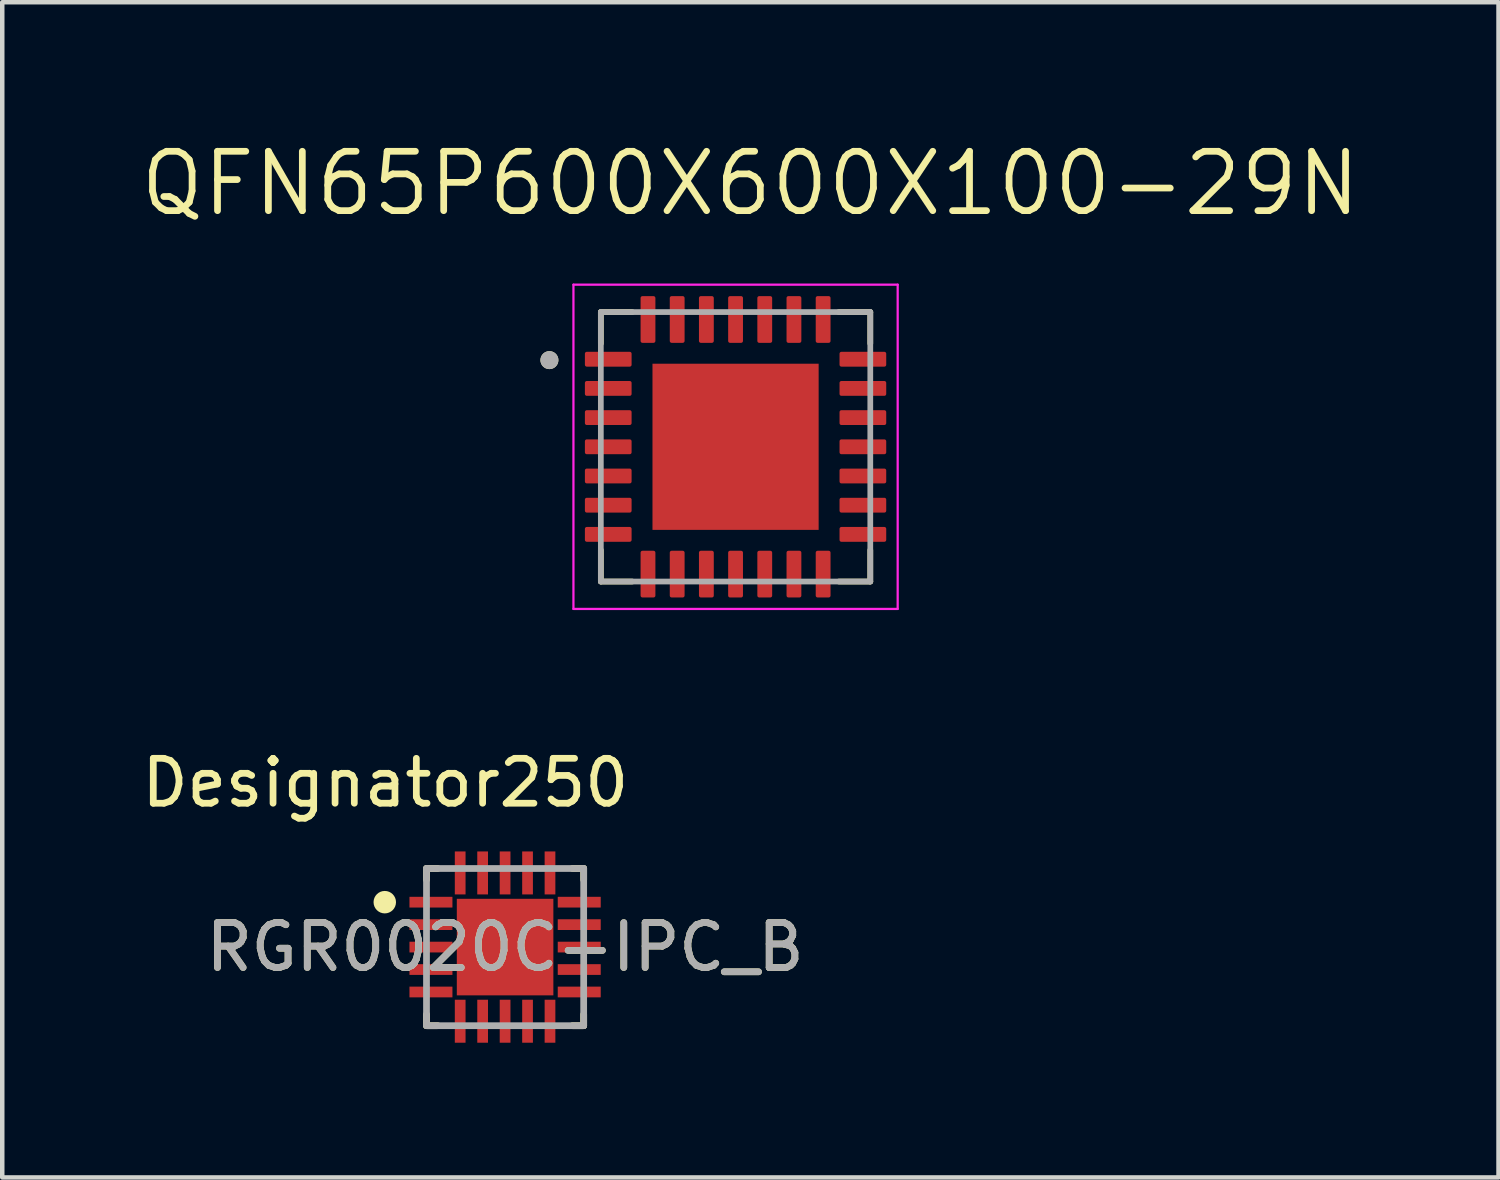
<source format=kicad_pcb>
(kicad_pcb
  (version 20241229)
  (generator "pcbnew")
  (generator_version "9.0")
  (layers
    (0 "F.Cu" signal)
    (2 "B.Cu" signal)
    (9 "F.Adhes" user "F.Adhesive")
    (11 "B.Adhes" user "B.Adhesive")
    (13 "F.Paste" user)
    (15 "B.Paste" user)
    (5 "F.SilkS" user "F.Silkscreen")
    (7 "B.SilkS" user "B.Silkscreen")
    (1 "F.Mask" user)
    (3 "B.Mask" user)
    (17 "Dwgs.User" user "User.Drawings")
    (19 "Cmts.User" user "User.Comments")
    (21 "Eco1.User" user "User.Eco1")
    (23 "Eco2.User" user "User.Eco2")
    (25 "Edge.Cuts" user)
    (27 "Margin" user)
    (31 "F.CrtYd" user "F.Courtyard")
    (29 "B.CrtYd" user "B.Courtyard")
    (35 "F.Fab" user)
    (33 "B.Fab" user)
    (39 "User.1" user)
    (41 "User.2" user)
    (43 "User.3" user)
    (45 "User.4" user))
  (footprint "QFN65P600X600X100-29N"
    (layer "F.Cu")
    (at 13.329 6.899)
    (property "Reference" "QFN65P600X600X100-29N" (at 0.331 -5.862 0) (layer "F.SilkS") (effects (font (size 1.322 1.322) (thickness 0.15))))
    (attr smd)
    (fp_line (start -3 -3) (end -3 -2.3) (stroke (width 0.127) (type solid)) (layer "F.SilkS"))
    (fp_line (start -3 3) (end -3 2.3) (stroke (width 0.127) (type solid)) (layer "F.SilkS"))
    (fp_line (start -2.3 -3) (end -3 -3) (stroke (width 0.127) (type solid)) (layer "F.SilkS"))
    (fp_line (start -2.3 3) (end -3 3) (stroke (width 0.127) (type solid)) (layer "F.SilkS"))
    (fp_line (start 2.3 -3) (end 3 -3) (stroke (width 0.127) (type solid)) (layer "F.SilkS"))
    (fp_line (start 2.3 3) (end 3 3) (stroke (width 0.127) (type solid)) (layer "F.SilkS"))
    (fp_line (start 3 -3) (end 3 -2.3) (stroke (width 0.127) (type solid)) (layer "F.SilkS"))
    (fp_line (start 3 3) (end 3 2.3) (stroke (width 0.127) (type solid)) (layer "F.SilkS"))
    (fp_circle (center -4.145 -1.93) (end -4.045 -1.93) (stroke (width 0.2) (type solid)) (fill no) (layer "F.SilkS"))
    (fp_poly (pts (xy -1.173 -1.17) (xy 1.17 -1.17) (xy 1.17 1.173) (xy -1.173 1.173)) (stroke (width 0.01) (type solid)) (fill yes) (layer "F.Paste"))
    (fp_line (start -3.61 -3.61) (end 3.61 -3.61) (stroke (width 0.05) (type solid)) (layer "F.CrtYd"))
    (fp_line (start -3.61 3.61) (end -3.61 -3.61) (stroke (width 0.05) (type solid)) (layer "F.CrtYd"))
    (fp_line (start -3.61 3.61) (end 3.61 3.61) (stroke (width 0.05) (type solid)) (layer "F.CrtYd"))
    (fp_line (start 3.61 3.61) (end 3.61 -3.61) (stroke (width 0.05) (type solid)) (layer "F.CrtYd"))
    (fp_line (start -3 3) (end -3 -3) (stroke (width 0.127) (type solid)) (layer "F.Fab"))
    (fp_line (start 3 -3) (end -3 -3) (stroke (width 0.127) (type solid)) (layer "F.Fab"))
    (fp_line (start 3 3) (end -3 3) (stroke (width 0.127) (type solid)) (layer "F.Fab"))
    (fp_line (start 3 3) (end 3 -3) (stroke (width 0.127) (type solid)) (layer "F.Fab"))
    (fp_circle (center -4.145 -1.93) (end -4.045 -1.93) (stroke (width 0.2) (type solid)) (fill no) (layer "F.Fab"))
    (pad "1" smd roundrect (at -2.835 -1.95) (size 1.04 0.33) (layers "F.Cu" "F.Mask" "F.Paste") (roundrect_rratio 0.125))
    (pad "2" smd roundrect (at -2.835 -1.3) (size 1.04 0.33) (layers "F.Cu" "F.Mask" "F.Paste") (roundrect_rratio 0.125))
    (pad "3" smd roundrect (at -2.835 -0.65) (size 1.04 0.33) (layers "F.Cu" "F.Mask" "F.Paste") (roundrect_rratio 0.125))
    (pad "4" smd roundrect (at -2.835 0) (size 1.04 0.33) (layers "F.Cu" "F.Mask" "F.Paste") (roundrect_rratio 0.125))
    (pad "5" smd roundrect (at -2.835 0.65) (size 1.04 0.33) (layers "F.Cu" "F.Mask" "F.Paste") (roundrect_rratio 0.125))
    (pad "6" smd roundrect (at -2.835 1.3) (size 1.04 0.33) (layers "F.Cu" "F.Mask" "F.Paste") (roundrect_rratio 0.125))
    (pad "7" smd roundrect (at -2.835 1.95) (size 1.04 0.33) (layers "F.Cu" "F.Mask" "F.Paste") (roundrect_rratio 0.125))
    (pad "8" smd roundrect (at -1.95 2.835) (size 0.33 1.04) (layers "F.Cu" "F.Mask" "F.Paste") (roundrect_rratio 0.125))
    (pad "9" smd roundrect (at -1.3 2.835) (size 0.33 1.04) (layers "F.Cu" "F.Mask" "F.Paste") (roundrect_rratio 0.125))
    (pad "10" smd roundrect (at -0.65 2.835) (size 0.33 1.04) (layers "F.Cu" "F.Mask" "F.Paste") (roundrect_rratio 0.125))
    (pad "11" smd roundrect (at 0 2.835) (size 0.33 1.04) (layers "F.Cu" "F.Mask" "F.Paste") (roundrect_rratio 0.125))
    (pad "12" smd roundrect (at 0.65 2.835) (size 0.33 1.04) (layers "F.Cu" "F.Mask" "F.Paste") (roundrect_rratio 0.125))
    (pad "13" smd roundrect (at 1.3 2.835) (size 0.33 1.04) (layers "F.Cu" "F.Mask" "F.Paste") (roundrect_rratio 0.125))
    (pad "14" smd roundrect (at 1.95 2.835) (size 0.33 1.04) (layers "F.Cu" "F.Mask" "F.Paste") (roundrect_rratio 0.125))
    (pad "15" smd roundrect (at 2.835 1.95) (size 1.04 0.33) (layers "F.Cu" "F.Mask" "F.Paste") (roundrect_rratio 0.125))
    (pad "16" smd roundrect (at 2.835 1.3) (size 1.04 0.33) (layers "F.Cu" "F.Mask" "F.Paste") (roundrect_rratio 0.125))
    (pad "17" smd roundrect (at 2.835 0.65) (size 1.04 0.33) (layers "F.Cu" "F.Mask" "F.Paste") (roundrect_rratio 0.125))
    (pad "18" smd roundrect (at 2.835 0) (size 1.04 0.33) (layers "F.Cu" "F.Mask" "F.Paste") (roundrect_rratio 0.125))
    (pad "19" smd roundrect (at 2.835 -0.65) (size 1.04 0.33) (layers "F.Cu" "F.Mask" "F.Paste") (roundrect_rratio 0.125))
    (pad "20" smd roundrect (at 2.835 -1.3) (size 1.04 0.33) (layers "F.Cu" "F.Mask" "F.Paste") (roundrect_rratio 0.125))
    (pad "21" smd roundrect (at 2.835 -1.95) (size 1.04 0.33) (layers "F.Cu" "F.Mask" "F.Paste") (roundrect_rratio 0.125))
    (pad "22" smd roundrect (at 1.95 -2.835) (size 0.33 1.04) (layers "F.Cu" "F.Mask" "F.Paste") (roundrect_rratio 0.125))
    (pad "23" smd roundrect (at 1.3 -2.835) (size 0.33 1.04) (layers "F.Cu" "F.Mask" "F.Paste") (roundrect_rratio 0.125))
    (pad "24" smd roundrect (at 0.65 -2.835) (size 0.33 1.04) (layers "F.Cu" "F.Mask" "F.Paste") (roundrect_rratio 0.125))
    (pad "25" smd roundrect (at 0 -2.835) (size 0.33 1.04) (layers "F.Cu" "F.Mask" "F.Paste") (roundrect_rratio 0.125))
    (pad "26" smd roundrect (at -0.65 -2.835) (size 0.33 1.04) (layers "F.Cu" "F.Mask" "F.Paste") (roundrect_rratio 0.125))
    (pad "27" smd roundrect (at -1.3 -2.835) (size 0.33 1.04) (layers "F.Cu" "F.Mask" "F.Paste") (roundrect_rratio 0.125))
    (pad "28" smd roundrect (at -1.95 -2.835) (size 0.33 1.04) (layers "F.Cu" "F.Mask" "F.Paste") (roundrect_rratio 0.125))
    (pad "29" smd rect (at 0 0) (size 3.7 3.7) (layers "F.Cu" "F.Mask")))
  (footprint "RGR0020C-IPC_B"
    (layer "F.Cu")
    (at 8.197 18.039)
    (property "Reference" "RGR0020C-IPC_B" (at 0 0 0) (unlocked yes) (layer "F.SilkS") (effects (font (size 1 1) (thickness 0.15))))
    (attr smd)
    (fp_line (start -1.75 -1.75) (end -1.5 -1.75) (stroke (width 0.15) (type solid)) (layer "F.SilkS"))
    (fp_line (start -1.75 -1.5) (end -1.75 -1.75) (stroke (width 0.15) (type solid)) (layer "F.SilkS"))
    (fp_line (start -1.75 1.75) (end -1.75 1.5) (stroke (width 0.15) (type solid)) (layer "F.SilkS"))
    (fp_line (start -1.75 1.75) (end -1.5 1.75) (stroke (width 0.15) (type solid)) (layer "F.SilkS"))
    (fp_line (start 1.5 -1.75) (end 1.75 -1.75) (stroke (width 0.15) (type solid)) (layer "F.SilkS"))
    (fp_line (start 1.5 1.75) (end 1.75 1.75) (stroke (width 0.15) (type solid)) (layer "F.SilkS"))
    (fp_line (start 1.75 -1.5) (end 1.75 -1.75) (stroke (width 0.15) (type solid)) (layer "F.SilkS"))
    (fp_line (start 1.75 1.75) (end 1.75 1.5) (stroke (width 0.15) (type solid)) (layer "F.SilkS"))
    (fp_circle (center -2.679 -1) (end -2.554 -1) (stroke (width 0.25) (type solid)) (fill no) (layer "F.SilkS"))
    (fp_poly (pts (xy -0.68 0.68) (xy 0.68 0.68) (xy 0.68 -0.68) (xy -0.68 -0.68)) (stroke (width 0) (type solid)) (fill yes) (layer "F.Paste"))
    (fp_line (start -1.75 -1.75) (end 1.75 -1.75) (stroke (width 0.15) (type solid)) (layer "F.Fab"))
    (fp_line (start -1.75 1.75) (end -1.75 -1.75) (stroke (width 0.15) (type solid)) (layer "F.Fab"))
    (fp_line (start -1.75 1.75) (end 1.75 1.75) (stroke (width 0.15) (type solid)) (layer "F.Fab"))
    (fp_line (start 1.75 1.75) (end 1.75 -1.75) (stroke (width 0.15) (type solid)) (layer "F.Fab"))
    (fp_text user "Designator250" (at -2.667 -3.658 0) (unlocked yes) (layer "F.SilkS") (effects (font (size 1 1) (thickness 0.15))))
    (fp_text user "${REFERENCE}" (at 0 0 0) (unlocked yes) (layer "F.Fab") (effects (font (size 1 1) (thickness 0.15))))
    (pad "1" smd rect (at -1.651 -1 90) (size 0.239 0.957) (layers "F.Cu" "F.Mask" "F.Paste"))
    (pad "2" smd rect (at -1.651 -0.5 90) (size 0.239 0.957) (layers "F.Cu" "F.Mask" "F.Paste"))
    (pad "3" smd rect (at -1.651 0 90) (size 0.239 0.957) (layers "F.Cu" "F.Mask" "F.Paste"))
    (pad "4" smd rect (at -1.651 0.5 90) (size 0.239 0.957) (layers "F.Cu" "F.Mask" "F.Paste"))
    (pad "5" smd rect (at -1.651 1 90) (size 0.239 0.957) (layers "F.Cu" "F.Mask" "F.Paste"))
    (pad "6" smd rect (at -1 1.651) (size 0.239 0.957) (layers "F.Cu" "F.Mask" "F.Paste"))
    (pad "7" smd rect (at -0.5 1.651) (size 0.239 0.957) (layers "F.Cu" "F.Mask" "F.Paste"))
    (pad "8" smd rect (at 0 1.651) (size 0.239 0.957) (layers "F.Cu" "F.Mask" "F.Paste"))
    (pad "9" smd rect (at 0.5 1.651) (size 0.239 0.957) (layers "F.Cu" "F.Mask" "F.Paste"))
    (pad "10" smd rect (at 1 1.651) (size 0.239 0.957) (layers "F.Cu" "F.Mask" "F.Paste"))
    (pad "11" smd rect (at 1.651 1 90) (size 0.239 0.957) (layers "F.Cu" "F.Mask" "F.Paste"))
    (pad "12" smd rect (at 1.651 0.5 90) (size 0.239 0.957) (layers "F.Cu" "F.Mask" "F.Paste"))
    (pad "13" smd rect (at 1.651 0 90) (size 0.239 0.957) (layers "F.Cu" "F.Mask" "F.Paste"))
    (pad "14" smd rect (at 1.651 -0.5 90) (size 0.239 0.957) (layers "F.Cu" "F.Mask" "F.Paste"))
    (pad "15" smd rect (at 1.651 -1 90) (size 0.239 0.957) (layers "F.Cu" "F.Mask" "F.Paste"))
    (pad "16" smd rect (at 1 -1.651) (size 0.239 0.957) (layers "F.Cu" "F.Mask" "F.Paste"))
    (pad "17" smd rect (at 0.5 -1.651) (size 0.239 0.957) (layers "F.Cu" "F.Mask" "F.Paste"))
    (pad "18" smd rect (at 0 -1.651) (size 0.239 0.957) (layers "F.Cu" "F.Mask" "F.Paste"))
    (pad "19" smd rect (at -0.5 -1.651) (size 0.239 0.957) (layers "F.Cu" "F.Mask" "F.Paste"))
    (pad "20" smd rect (at -1 -1.651) (size 0.239 0.957) (layers "F.Cu" "F.Mask" "F.Paste"))
    (pad "21" smd rect (at 0 0) (size 2.15 2.15) (layers "F.Cu" "F.Mask")))
  (gr_rect
    (start -3 -3)
    (end 30.318 23.168)
    (stroke (width 0.1) (type default))
    (fill no)
    (layer "Edge.Cuts")))
</source>
